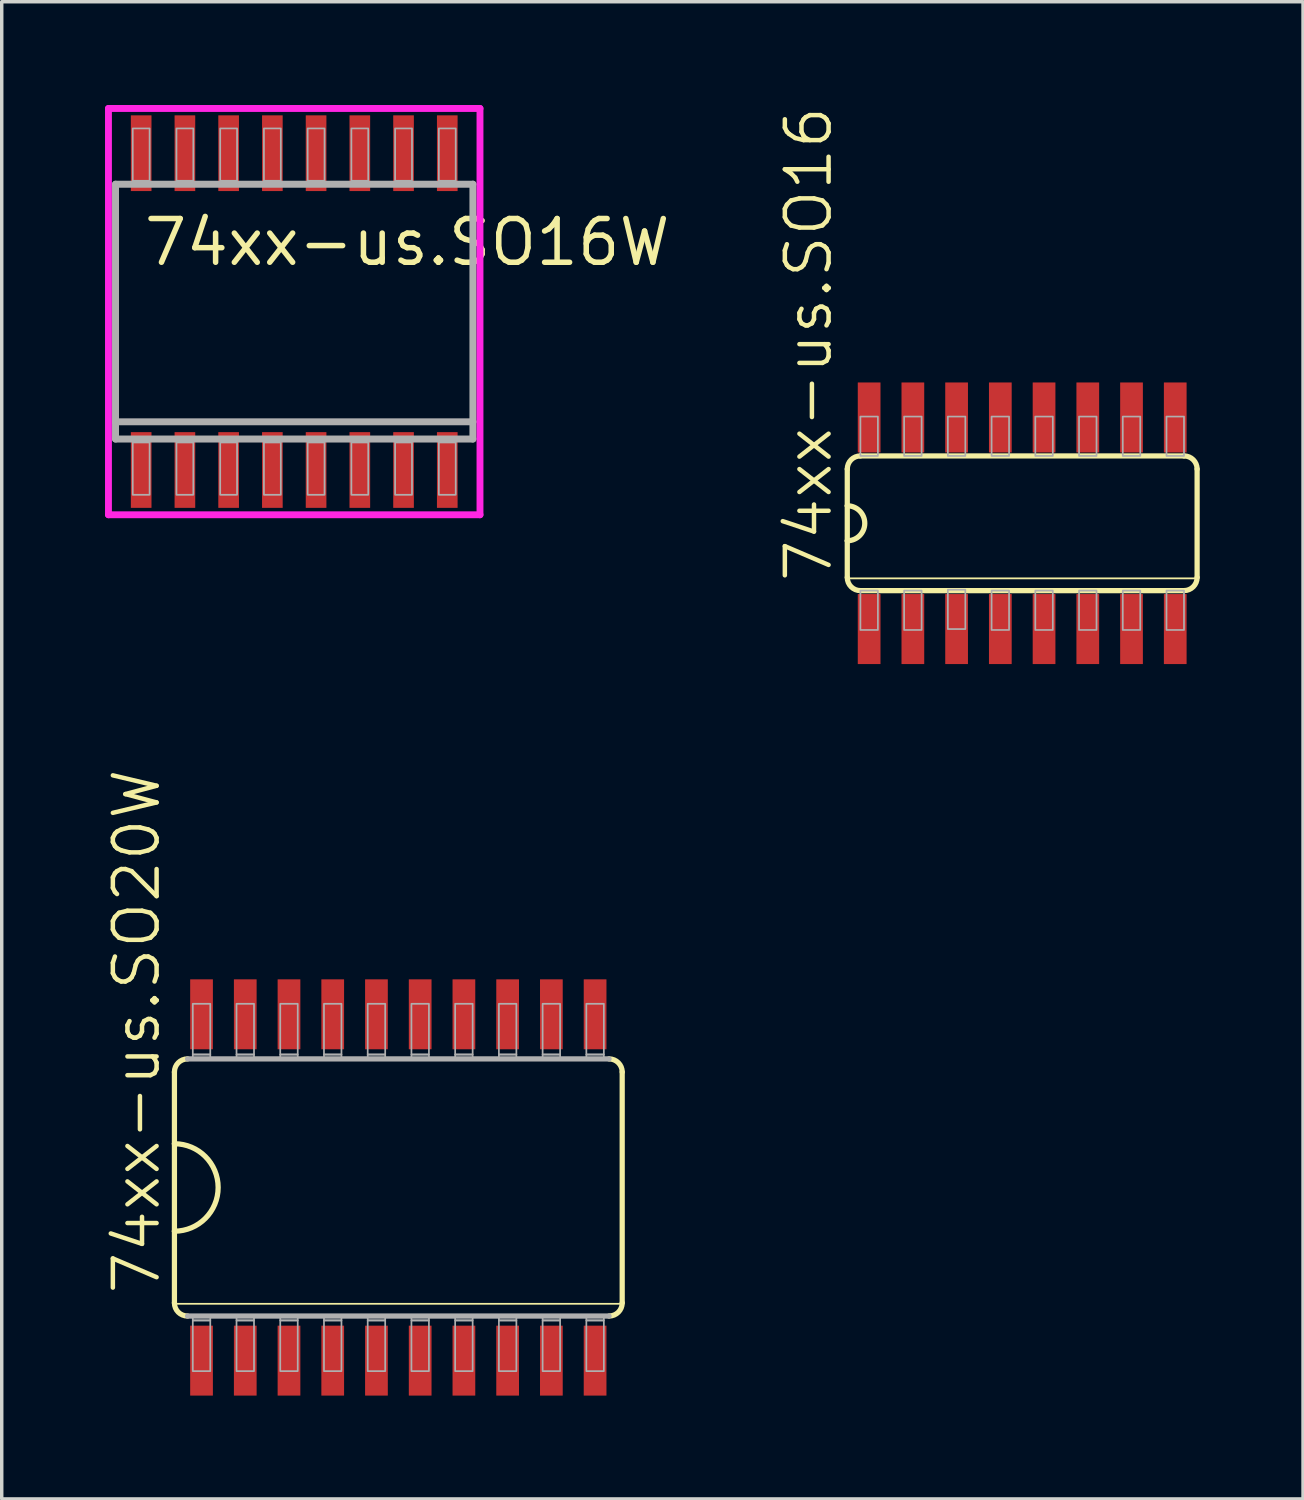
<source format=kicad_pcb>
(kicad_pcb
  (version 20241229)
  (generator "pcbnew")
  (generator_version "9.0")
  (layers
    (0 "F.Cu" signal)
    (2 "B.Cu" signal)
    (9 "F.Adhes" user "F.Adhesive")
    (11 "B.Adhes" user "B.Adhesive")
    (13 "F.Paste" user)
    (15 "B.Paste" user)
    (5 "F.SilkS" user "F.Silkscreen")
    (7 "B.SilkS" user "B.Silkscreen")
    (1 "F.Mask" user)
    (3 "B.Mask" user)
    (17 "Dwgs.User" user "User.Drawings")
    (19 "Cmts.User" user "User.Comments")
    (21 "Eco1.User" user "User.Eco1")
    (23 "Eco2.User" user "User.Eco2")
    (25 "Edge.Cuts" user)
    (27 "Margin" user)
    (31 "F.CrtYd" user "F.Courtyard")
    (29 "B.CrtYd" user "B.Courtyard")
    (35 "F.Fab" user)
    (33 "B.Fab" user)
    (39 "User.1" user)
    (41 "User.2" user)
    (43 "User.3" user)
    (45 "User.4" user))
  (footprint "74xx-us.SO20W"
    (layer "F.Cu")
    (at 8.518 31.437)
    (property "Reference" "74xx-us.SO20W" (at -6.858 3.175 90) (layer "F.SilkS") (effects (font (size 1.27 1.27) (thickness 0.13)) (justify left bottom)))
    (attr smd)
    (fp_line (start -6.502 -3.353) (end -6.502 -1.27) (stroke (width 0.152) (type default)) (layer "F.SilkS"))
    (fp_line (start -6.502 -1.27) (end -6.502 1.27) (stroke (width 0.152) (type default)) (layer "F.SilkS"))
    (fp_line (start -6.502 1.27) (end -6.502 3.353) (stroke (width 0.152) (type default)) (layer "F.SilkS"))
    (fp_line (start -6.477 3.378) (end 6.477 3.378) (stroke (width 0.051) (type default)) (layer "F.SilkS"))
    (fp_line (start 6.502 3.353) (end 6.502 -3.353) (stroke (width 0.152) (type default)) (layer "F.SilkS"))
    (fp_arc (start -6.5024 -3.3528) (mid -6.390808 -3.622208) (end -6.1214 -3.7338) (stroke (width 0.1524) (type default)) (layer "F.SilkS"))
    (fp_arc (start -6.5024 -1.27) (mid -5.2324 0) (end -6.5024 1.27) (stroke (width 0.1524) (type default)) (layer "F.SilkS"))
    (fp_arc (start -6.1214 3.7338) (mid -6.390808 3.622208) (end -6.5024 3.3528) (stroke (width 0.1524) (type default)) (layer "F.SilkS"))
    (fp_arc (start 6.1214 -3.7338) (mid 6.390808 -3.622208) (end 6.5024 -3.3528) (stroke (width 0.1524) (type default)) (layer "F.SilkS"))
    (fp_arc (start 6.5024 3.3528) (mid 6.390808 3.622208) (end 6.1214 3.7338) (stroke (width 0.1524) (type default)) (layer "F.SilkS"))
    (fp_line (start -6.121 3.734) (end 6.121 3.734) (stroke (width 0.152) (type default)) (layer "F.Fab"))
    (fp_line (start 6.121 -3.734) (end -6.121 -3.734) (stroke (width 0.152) (type default)) (layer "F.Fab"))
    (fp_rect (start -5.969 -3.861) (end -5.461 -5.334) (stroke (width 0.05) (type default)) (fill no) (layer "F.Fab"))
    (fp_rect (start -5.969 -3.734) (end -5.461 -3.861) (stroke (width 0.05) (type default)) (fill no) (layer "F.Fab"))
    (fp_rect (start -5.969 3.861) (end -5.461 3.734) (stroke (width 0.05) (type default)) (fill no) (layer "F.Fab"))
    (fp_rect (start -5.969 5.334) (end -5.461 3.861) (stroke (width 0.05) (type default)) (fill no) (layer "F.Fab"))
    (fp_rect (start -4.699 -3.861) (end -4.191 -5.334) (stroke (width 0.05) (type default)) (fill no) (layer "F.Fab"))
    (fp_rect (start -4.699 -3.734) (end -4.191 -3.861) (stroke (width 0.05) (type default)) (fill no) (layer "F.Fab"))
    (fp_rect (start -4.699 3.861) (end -4.191 3.734) (stroke (width 0.05) (type default)) (fill no) (layer "F.Fab"))
    (fp_rect (start -4.699 5.334) (end -4.191 3.861) (stroke (width 0.05) (type default)) (fill no) (layer "F.Fab"))
    (fp_rect (start -3.429 -3.861) (end -2.921 -5.334) (stroke (width 0.05) (type default)) (fill no) (layer "F.Fab"))
    (fp_rect (start -3.429 -3.734) (end -2.921 -3.861) (stroke (width 0.05) (type default)) (fill no) (layer "F.Fab"))
    (fp_rect (start -3.429 3.861) (end -2.921 3.734) (stroke (width 0.05) (type default)) (fill no) (layer "F.Fab"))
    (fp_rect (start -3.429 5.334) (end -2.921 3.861) (stroke (width 0.05) (type default)) (fill no) (layer "F.Fab"))
    (fp_rect (start -2.159 -3.861) (end -1.651 -5.334) (stroke (width 0.05) (type default)) (fill no) (layer "F.Fab"))
    (fp_rect (start -2.159 -3.734) (end -1.651 -3.861) (stroke (width 0.05) (type default)) (fill no) (layer "F.Fab"))
    (fp_rect (start -2.159 3.861) (end -1.651 3.734) (stroke (width 0.05) (type default)) (fill no) (layer "F.Fab"))
    (fp_rect (start -2.159 5.334) (end -1.651 3.861) (stroke (width 0.05) (type default)) (fill no) (layer "F.Fab"))
    (fp_rect (start -0.889 -3.861) (end -0.381 -5.334) (stroke (width 0.05) (type default)) (fill no) (layer "F.Fab"))
    (fp_rect (start -0.889 -3.734) (end -0.381 -3.861) (stroke (width 0.05) (type default)) (fill no) (layer "F.Fab"))
    (fp_rect (start -0.889 3.861) (end -0.381 3.734) (stroke (width 0.05) (type default)) (fill no) (layer "F.Fab"))
    (fp_rect (start -0.889 5.334) (end -0.381 3.861) (stroke (width 0.05) (type default)) (fill no) (layer "F.Fab"))
    (fp_rect (start 0.381 -3.861) (end 0.889 -5.334) (stroke (width 0.05) (type default)) (fill no) (layer "F.Fab"))
    (fp_rect (start 0.381 -3.734) (end 0.889 -3.861) (stroke (width 0.05) (type default)) (fill no) (layer "F.Fab"))
    (fp_rect (start 0.381 3.861) (end 0.889 3.734) (stroke (width 0.05) (type default)) (fill no) (layer "F.Fab"))
    (fp_rect (start 0.381 5.334) (end 0.889 3.861) (stroke (width 0.05) (type default)) (fill no) (layer "F.Fab"))
    (fp_rect (start 1.651 -3.861) (end 2.159 -5.334) (stroke (width 0.05) (type default)) (fill no) (layer "F.Fab"))
    (fp_rect (start 1.651 -3.734) (end 2.159 -3.861) (stroke (width 0.05) (type default)) (fill no) (layer "F.Fab"))
    (fp_rect (start 1.651 3.861) (end 2.159 3.734) (stroke (width 0.05) (type default)) (fill no) (layer "F.Fab"))
    (fp_rect (start 1.651 5.334) (end 2.159 3.861) (stroke (width 0.05) (type default)) (fill no) (layer "F.Fab"))
    (fp_rect (start 2.921 -3.861) (end 3.429 -5.334) (stroke (width 0.05) (type default)) (fill no) (layer "F.Fab"))
    (fp_rect (start 2.921 -3.734) (end 3.429 -3.861) (stroke (width 0.05) (type default)) (fill no) (layer "F.Fab"))
    (fp_rect (start 2.921 3.861) (end 3.429 3.734) (stroke (width 0.05) (type default)) (fill no) (layer "F.Fab"))
    (fp_rect (start 2.921 5.334) (end 3.429 3.861) (stroke (width 0.05) (type default)) (fill no) (layer "F.Fab"))
    (fp_rect (start 4.191 -3.861) (end 4.699 -5.334) (stroke (width 0.05) (type default)) (fill no) (layer "F.Fab"))
    (fp_rect (start 4.191 -3.734) (end 4.699 -3.861) (stroke (width 0.05) (type default)) (fill no) (layer "F.Fab"))
    (fp_rect (start 4.191 3.861) (end 4.699 3.734) (stroke (width 0.05) (type default)) (fill no) (layer "F.Fab"))
    (fp_rect (start 4.191 5.334) (end 4.699 3.861) (stroke (width 0.05) (type default)) (fill no) (layer "F.Fab"))
    (fp_rect (start 5.461 -3.861) (end 5.969 -5.334) (stroke (width 0.05) (type default)) (fill no) (layer "F.Fab"))
    (fp_rect (start 5.461 -3.734) (end 5.969 -3.861) (stroke (width 0.05) (type default)) (fill no) (layer "F.Fab"))
    (fp_rect (start 5.461 3.861) (end 5.969 3.734) (stroke (width 0.05) (type default)) (fill no) (layer "F.Fab"))
    (fp_rect (start 5.461 5.334) (end 5.969 3.861) (stroke (width 0.05) (type default)) (fill no) (layer "F.Fab"))
    (pad "1" smd roundrect (at -5.715 5.029) (size 0.66 2.032) (layers "F.Cu" "F.Mask" "F.Paste") (roundrect_rratio 0.01))
    (pad "2" smd roundrect (at -4.445 5.029) (size 0.66 2.032) (layers "F.Cu" "F.Mask" "F.Paste") (roundrect_rratio 0.01))
    (pad "3" smd roundrect (at -3.175 5.029) (size 0.66 2.032) (layers "F.Cu" "F.Mask" "F.Paste") (roundrect_rratio 0.01))
    (pad "4" smd roundrect (at -1.905 5.029) (size 0.66 2.032) (layers "F.Cu" "F.Mask" "F.Paste") (roundrect_rratio 0.01))
    (pad "5" smd roundrect (at -0.635 5.029) (size 0.66 2.032) (layers "F.Cu" "F.Mask" "F.Paste") (roundrect_rratio 0.01))
    (pad "6" smd roundrect (at 0.635 5.029) (size 0.66 2.032) (layers "F.Cu" "F.Mask" "F.Paste") (roundrect_rratio 0.01))
    (pad "7" smd roundrect (at 1.905 5.029) (size 0.66 2.032) (layers "F.Cu" "F.Mask" "F.Paste") (roundrect_rratio 0.01))
    (pad "8" smd roundrect (at 3.175 5.029) (size 0.66 2.032) (layers "F.Cu" "F.Mask" "F.Paste") (roundrect_rratio 0.01))
    (pad "9" smd roundrect (at 4.445 5.029) (size 0.66 2.032) (layers "F.Cu" "F.Mask" "F.Paste") (roundrect_rratio 0.01))
    (pad "10" smd roundrect (at 5.715 5.029) (size 0.66 2.032) (layers "F.Cu" "F.Mask" "F.Paste") (roundrect_rratio 0.01))
    (pad "11" smd roundrect (at 5.715 -5.029) (size 0.66 2.032) (layers "F.Cu" "F.Mask" "F.Paste") (roundrect_rratio 0.01))
    (pad "12" smd roundrect (at 4.445 -5.029) (size 0.66 2.032) (layers "F.Cu" "F.Mask" "F.Paste") (roundrect_rratio 0.01))
    (pad "13" smd roundrect (at 3.175 -5.029) (size 0.66 2.032) (layers "F.Cu" "F.Mask" "F.Paste") (roundrect_rratio 0.01))
    (pad "14" smd roundrect (at 1.905 -5.029) (size 0.66 2.032) (layers "F.Cu" "F.Mask" "F.Paste") (roundrect_rratio 0.01))
    (pad "15" smd roundrect (at 0.635 -5.029) (size 0.66 2.032) (layers "F.Cu" "F.Mask" "F.Paste") (roundrect_rratio 0.01))
    (pad "16" smd roundrect (at -0.635 -5.029) (size 0.66 2.032) (layers "F.Cu" "F.Mask" "F.Paste") (roundrect_rratio 0.01))
    (pad "17" smd roundrect (at -1.905 -5.029) (size 0.66 2.032) (layers "F.Cu" "F.Mask" "F.Paste") (roundrect_rratio 0.01))
    (pad "18" smd roundrect (at -3.175 -5.029) (size 0.66 2.032) (layers "F.Cu" "F.Mask" "F.Paste") (roundrect_rratio 0.01))
    (pad "19" smd roundrect (at -4.445 -5.029) (size 0.66 2.032) (layers "F.Cu" "F.Mask" "F.Paste") (roundrect_rratio 0.01))
    (pad "20" smd roundrect (at -5.715 -5.029) (size 0.66 2.032) (layers "F.Cu" "F.Mask" "F.Paste") (roundrect_rratio 0.01)))
  (footprint "74xx-us.SO16"
    (layer "F.Cu")
    (at 26.637 12.147)
    (property "Reference" "74xx-us.SO16" (at -5.461 1.778 90) (layer "F.SilkS") (effects (font (size 1.27 1.27) (thickness 0.13)) (justify left bottom)))
    (attr smd)
    (fp_line (start -5.08 -1.575) (end -5.08 -0.508) (stroke (width 0.152) (type default)) (layer "F.SilkS"))
    (fp_line (start -5.08 -0.508) (end -5.08 0.508) (stroke (width 0.152) (type default)) (layer "F.SilkS"))
    (fp_line (start -5.08 0.508) (end -5.08 1.575) (stroke (width 0.152) (type default)) (layer "F.SilkS"))
    (fp_line (start -5.08 1.6) (end 5.08 1.6) (stroke (width 0.051) (type default)) (layer "F.SilkS"))
    (fp_line (start -4.699 1.956) (end 4.699 1.956) (stroke (width 0.152) (type default)) (layer "F.SilkS"))
    (fp_line (start 4.699 -1.956) (end -4.699 -1.956) (stroke (width 0.152) (type default)) (layer "F.SilkS"))
    (fp_line (start 5.08 1.575) (end 5.08 -1.575) (stroke (width 0.152) (type default)) (layer "F.SilkS"))
    (fp_arc (start -5.08 -1.5748) (mid -4.968408 -1.844208) (end -4.699 -1.9558) (stroke (width 0.1524) (type default)) (layer "F.SilkS"))
    (fp_arc (start -5.08 -0.508) (mid -4.572 0) (end -5.08 0.508) (stroke (width 0.1524) (type default)) (layer "F.SilkS"))
    (fp_arc (start -4.699 1.9558) (mid -4.968408 1.844208) (end -5.08 1.5748) (stroke (width 0.1524) (type default)) (layer "F.SilkS"))
    (fp_arc (start 4.699 -1.9558) (mid 4.968408 -1.844208) (end 5.08 -1.5748) (stroke (width 0.1524) (type default)) (layer "F.SilkS"))
    (fp_arc (start 5.08 1.5748) (mid 4.968408 1.844208) (end 4.699 1.9558) (stroke (width 0.1524) (type default)) (layer "F.SilkS"))
    (fp_rect (start -4.699 -1.956) (end -4.191 -3.099) (stroke (width 0.05) (type default)) (fill no) (layer "F.Fab"))
    (fp_rect (start -4.699 3.099) (end -4.191 1.956) (stroke (width 0.05) (type default)) (fill no) (layer "F.Fab"))
    (fp_rect (start -3.429 -1.956) (end -2.921 -3.099) (stroke (width 0.05) (type default)) (fill no) (layer "F.Fab"))
    (fp_rect (start -3.429 3.099) (end -2.921 1.956) (stroke (width 0.05) (type default)) (fill no) (layer "F.Fab"))
    (fp_rect (start -2.159 -1.956) (end -1.651 -3.099) (stroke (width 0.05) (type default)) (fill no) (layer "F.Fab"))
    (fp_rect (start -2.159 3.073) (end -1.651 1.93) (stroke (width 0.05) (type default)) (fill no) (layer "F.Fab"))
    (fp_rect (start -0.889 -1.956) (end -0.381 -3.099) (stroke (width 0.05) (type default)) (fill no) (layer "F.Fab"))
    (fp_rect (start -0.889 3.099) (end -0.381 1.956) (stroke (width 0.05) (type default)) (fill no) (layer "F.Fab"))
    (fp_rect (start 0.381 -1.956) (end 0.889 -3.099) (stroke (width 0.05) (type default)) (fill no) (layer "F.Fab"))
    (fp_rect (start 0.381 3.099) (end 0.889 1.956) (stroke (width 0.05) (type default)) (fill no) (layer "F.Fab"))
    (fp_rect (start 1.651 -1.956) (end 2.159 -3.099) (stroke (width 0.05) (type default)) (fill no) (layer "F.Fab"))
    (fp_rect (start 1.651 3.099) (end 2.159 1.956) (stroke (width 0.05) (type default)) (fill no) (layer "F.Fab"))
    (fp_rect (start 2.921 -1.956) (end 3.429 -3.099) (stroke (width 0.05) (type default)) (fill no) (layer "F.Fab"))
    (fp_rect (start 2.921 3.099) (end 3.429 1.956) (stroke (width 0.05) (type default)) (fill no) (layer "F.Fab"))
    (fp_rect (start 4.191 -1.956) (end 4.699 -3.099) (stroke (width 0.05) (type default)) (fill no) (layer "F.Fab"))
    (fp_rect (start 4.191 3.099) (end 4.699 1.956) (stroke (width 0.05) (type default)) (fill no) (layer "F.Fab"))
    (pad "1" smd roundrect (at -4.445 3.073) (size 0.66 2.032) (layers "F.Cu" "F.Mask" "F.Paste") (roundrect_rratio 0.01))
    (pad "2" smd roundrect (at -3.175 3.073) (size 0.66 2.032) (layers "F.Cu" "F.Mask" "F.Paste") (roundrect_rratio 0.01))
    (pad "3" smd roundrect (at -1.905 3.073) (size 0.66 2.032) (layers "F.Cu" "F.Mask" "F.Paste") (roundrect_rratio 0.01))
    (pad "4" smd roundrect (at -0.635 3.073) (size 0.66 2.032) (layers "F.Cu" "F.Mask" "F.Paste") (roundrect_rratio 0.01))
    (pad "5" smd roundrect (at 0.635 3.073) (size 0.66 2.032) (layers "F.Cu" "F.Mask" "F.Paste") (roundrect_rratio 0.01))
    (pad "6" smd roundrect (at 1.905 3.073) (size 0.66 2.032) (layers "F.Cu" "F.Mask" "F.Paste") (roundrect_rratio 0.01))
    (pad "7" smd roundrect (at 3.175 3.073) (size 0.66 2.032) (layers "F.Cu" "F.Mask" "F.Paste") (roundrect_rratio 0.01))
    (pad "8" smd roundrect (at 4.445 3.073) (size 0.66 2.032) (layers "F.Cu" "F.Mask" "F.Paste") (roundrect_rratio 0.01))
    (pad "9" smd roundrect (at 4.445 -3.073) (size 0.66 2.032) (layers "F.Cu" "F.Mask" "F.Paste") (roundrect_rratio 0.01))
    (pad "10" smd roundrect (at 3.175 -3.073) (size 0.66 2.032) (layers "F.Cu" "F.Mask" "F.Paste") (roundrect_rratio 0.01))
    (pad "11" smd roundrect (at 1.905 -3.073) (size 0.66 2.032) (layers "F.Cu" "F.Mask" "F.Paste") (roundrect_rratio 0.01))
    (pad "12" smd roundrect (at 0.635 -3.073) (size 0.66 2.032) (layers "F.Cu" "F.Mask" "F.Paste") (roundrect_rratio 0.01))
    (pad "13" smd roundrect (at -0.635 -3.073) (size 0.66 2.032) (layers "F.Cu" "F.Mask" "F.Paste") (roundrect_rratio 0.01))
    (pad "14" smd roundrect (at -1.905 -3.073) (size 0.66 2.032) (layers "F.Cu" "F.Mask" "F.Paste") (roundrect_rratio 0.01))
    (pad "15" smd roundrect (at -3.175 -3.073) (size 0.66 2.032) (layers "F.Cu" "F.Mask" "F.Paste") (roundrect_rratio 0.01))
    (pad "16" smd roundrect (at -4.445 -3.073) (size 0.66 2.032) (layers "F.Cu" "F.Mask" "F.Paste") (roundrect_rratio 0.01)))
  (footprint "74xx-us.SO16W"
    (layer "F.Cu")
    (at 5.495 6)
    (property "Reference" "74xx-us.SO16W" (at -4.445 -1.27 0) (layer "F.SilkS") (effects (font (size 1.27 1.27) (thickness 0.16)) (justify left bottom)))
    (attr smd)
    (fp_line (start -5.395 -5.9) (end 5.395 -5.9) (stroke (width 0.2) (type default)) (layer "F.CrtYd"))
    (fp_line (start -5.395 5.9) (end -5.395 -5.9) (stroke (width 0.2) (type default)) (layer "F.CrtYd"))
    (fp_line (start 5.395 -5.9) (end 5.395 5.9) (stroke (width 0.2) (type default)) (layer "F.CrtYd"))
    (fp_line (start 5.395 5.9) (end -5.395 5.9) (stroke (width 0.2) (type default)) (layer "F.CrtYd"))
    (fp_line (start -5.19 -3.7) (end 5.19 -3.7) (stroke (width 0.203) (type default)) (layer "F.Fab"))
    (fp_line (start -5.19 3.2) (end -5.19 -3.7) (stroke (width 0.203) (type default)) (layer "F.Fab"))
    (fp_line (start -5.19 3.7) (end -5.19 3.2) (stroke (width 0.203) (type default)) (layer "F.Fab"))
    (fp_line (start 5.19 -3.7) (end 5.19 3.2) (stroke (width 0.203) (type default)) (layer "F.Fab"))
    (fp_line (start 5.19 3.2) (end -5.19 3.2) (stroke (width 0.203) (type default)) (layer "F.Fab"))
    (fp_line (start 5.19 3.2) (end 5.19 3.7) (stroke (width 0.203) (type default)) (layer "F.Fab"))
    (fp_line (start 5.19 3.7) (end -5.19 3.7) (stroke (width 0.203) (type default)) (layer "F.Fab"))
    (fp_rect (start -4.69 -3.8) (end -4.2 -5.32) (stroke (width 0.05) (type default)) (fill no) (layer "F.Fab"))
    (fp_rect (start -4.69 5.32) (end -4.2 3.8) (stroke (width 0.05) (type default)) (fill no) (layer "F.Fab"))
    (fp_rect (start -3.42 -3.8) (end -2.93 -5.32) (stroke (width 0.05) (type default)) (fill no) (layer "F.Fab"))
    (fp_rect (start -3.42 5.32) (end -2.93 3.8) (stroke (width 0.05) (type default)) (fill no) (layer "F.Fab"))
    (fp_rect (start -2.15 -3.8) (end -1.66 -5.32) (stroke (width 0.05) (type default)) (fill no) (layer "F.Fab"))
    (fp_rect (start -2.15 5.32) (end -1.66 3.8) (stroke (width 0.05) (type default)) (fill no) (layer "F.Fab"))
    (fp_rect (start -0.88 -3.8) (end -0.39 -5.32) (stroke (width 0.05) (type default)) (fill no) (layer "F.Fab"))
    (fp_rect (start -0.88 5.32) (end -0.39 3.8) (stroke (width 0.05) (type default)) (fill no) (layer "F.Fab"))
    (fp_rect (start 0.39 -3.8) (end 0.88 -5.32) (stroke (width 0.05) (type default)) (fill no) (layer "F.Fab"))
    (fp_rect (start 0.39 5.32) (end 0.88 3.8) (stroke (width 0.05) (type default)) (fill no) (layer "F.Fab"))
    (fp_rect (start 1.66 -3.8) (end 2.15 -5.32) (stroke (width 0.05) (type default)) (fill no) (layer "F.Fab"))
    (fp_rect (start 1.66 5.32) (end 2.15 3.8) (stroke (width 0.05) (type default)) (fill no) (layer "F.Fab"))
    (fp_rect (start 2.93 -3.8) (end 3.42 -5.32) (stroke (width 0.05) (type default)) (fill no) (layer "F.Fab"))
    (fp_rect (start 2.93 5.32) (end 3.42 3.8) (stroke (width 0.05) (type default)) (fill no) (layer "F.Fab"))
    (fp_rect (start 4.2 -3.8) (end 4.69 -5.32) (stroke (width 0.05) (type default)) (fill no) (layer "F.Fab"))
    (fp_rect (start 4.2 5.32) (end 4.69 3.8) (stroke (width 0.05) (type default)) (fill no) (layer "F.Fab"))
    (pad "1" smd roundrect (at -4.445 4.6) (size 0.6 2.2) (layers "F.Cu" "F.Mask" "F.Paste") (roundrect_rratio 0.01))
    (pad "2" smd roundrect (at -3.175 4.6) (size 0.6 2.2) (layers "F.Cu" "F.Mask" "F.Paste") (roundrect_rratio 0.01))
    (pad "3" smd roundrect (at -1.905 4.6) (size 0.6 2.2) (layers "F.Cu" "F.Mask" "F.Paste") (roundrect_rratio 0.01))
    (pad "4" smd roundrect (at -0.635 4.6) (size 0.6 2.2) (layers "F.Cu" "F.Mask" "F.Paste") (roundrect_rratio 0.01))
    (pad "5" smd roundrect (at 0.635 4.6) (size 0.6 2.2) (layers "F.Cu" "F.Mask" "F.Paste") (roundrect_rratio 0.01))
    (pad "6" smd roundrect (at 1.905 4.6) (size 0.6 2.2) (layers "F.Cu" "F.Mask" "F.Paste") (roundrect_rratio 0.01))
    (pad "7" smd roundrect (at 3.175 4.6) (size 0.6 2.2) (layers "F.Cu" "F.Mask" "F.Paste") (roundrect_rratio 0.01))
    (pad "8" smd roundrect (at 4.445 4.6) (size 0.6 2.2) (layers "F.Cu" "F.Mask" "F.Paste") (roundrect_rratio 0.01))
    (pad "9" smd roundrect (at 4.445 -4.6) (size 0.6 2.2) (layers "F.Cu" "F.Mask" "F.Paste") (roundrect_rratio 0.01))
    (pad "10" smd roundrect (at 3.175 -4.6) (size 0.6 2.2) (layers "F.Cu" "F.Mask" "F.Paste") (roundrect_rratio 0.01))
    (pad "11" smd roundrect (at 1.905 -4.6) (size 0.6 2.2) (layers "F.Cu" "F.Mask" "F.Paste") (roundrect_rratio 0.01))
    (pad "12" smd roundrect (at 0.635 -4.6) (size 0.6 2.2) (layers "F.Cu" "F.Mask" "F.Paste") (roundrect_rratio 0.01))
    (pad "13" smd roundrect (at -0.635 -4.6) (size 0.6 2.2) (layers "F.Cu" "F.Mask" "F.Paste") (roundrect_rratio 0.01))
    (pad "14" smd roundrect (at -1.905 -4.6) (size 0.6 2.2) (layers "F.Cu" "F.Mask" "F.Paste") (roundrect_rratio 0.01))
    (pad "15" smd roundrect (at -3.175 -4.6) (size 0.6 2.2) (layers "F.Cu" "F.Mask" "F.Paste") (roundrect_rratio 0.01))
    (pad "16" smd roundrect (at -4.445 -4.6) (size 0.6 2.2) (layers "F.Cu" "F.Mask" "F.Paste") (roundrect_rratio 0.01)))
  (gr_rect
    (start -3 -3)
    (end 34.793 40.482)
    (stroke (width 0.1) (type default))
    (fill no)
    (layer "Edge.Cuts")))
</source>
